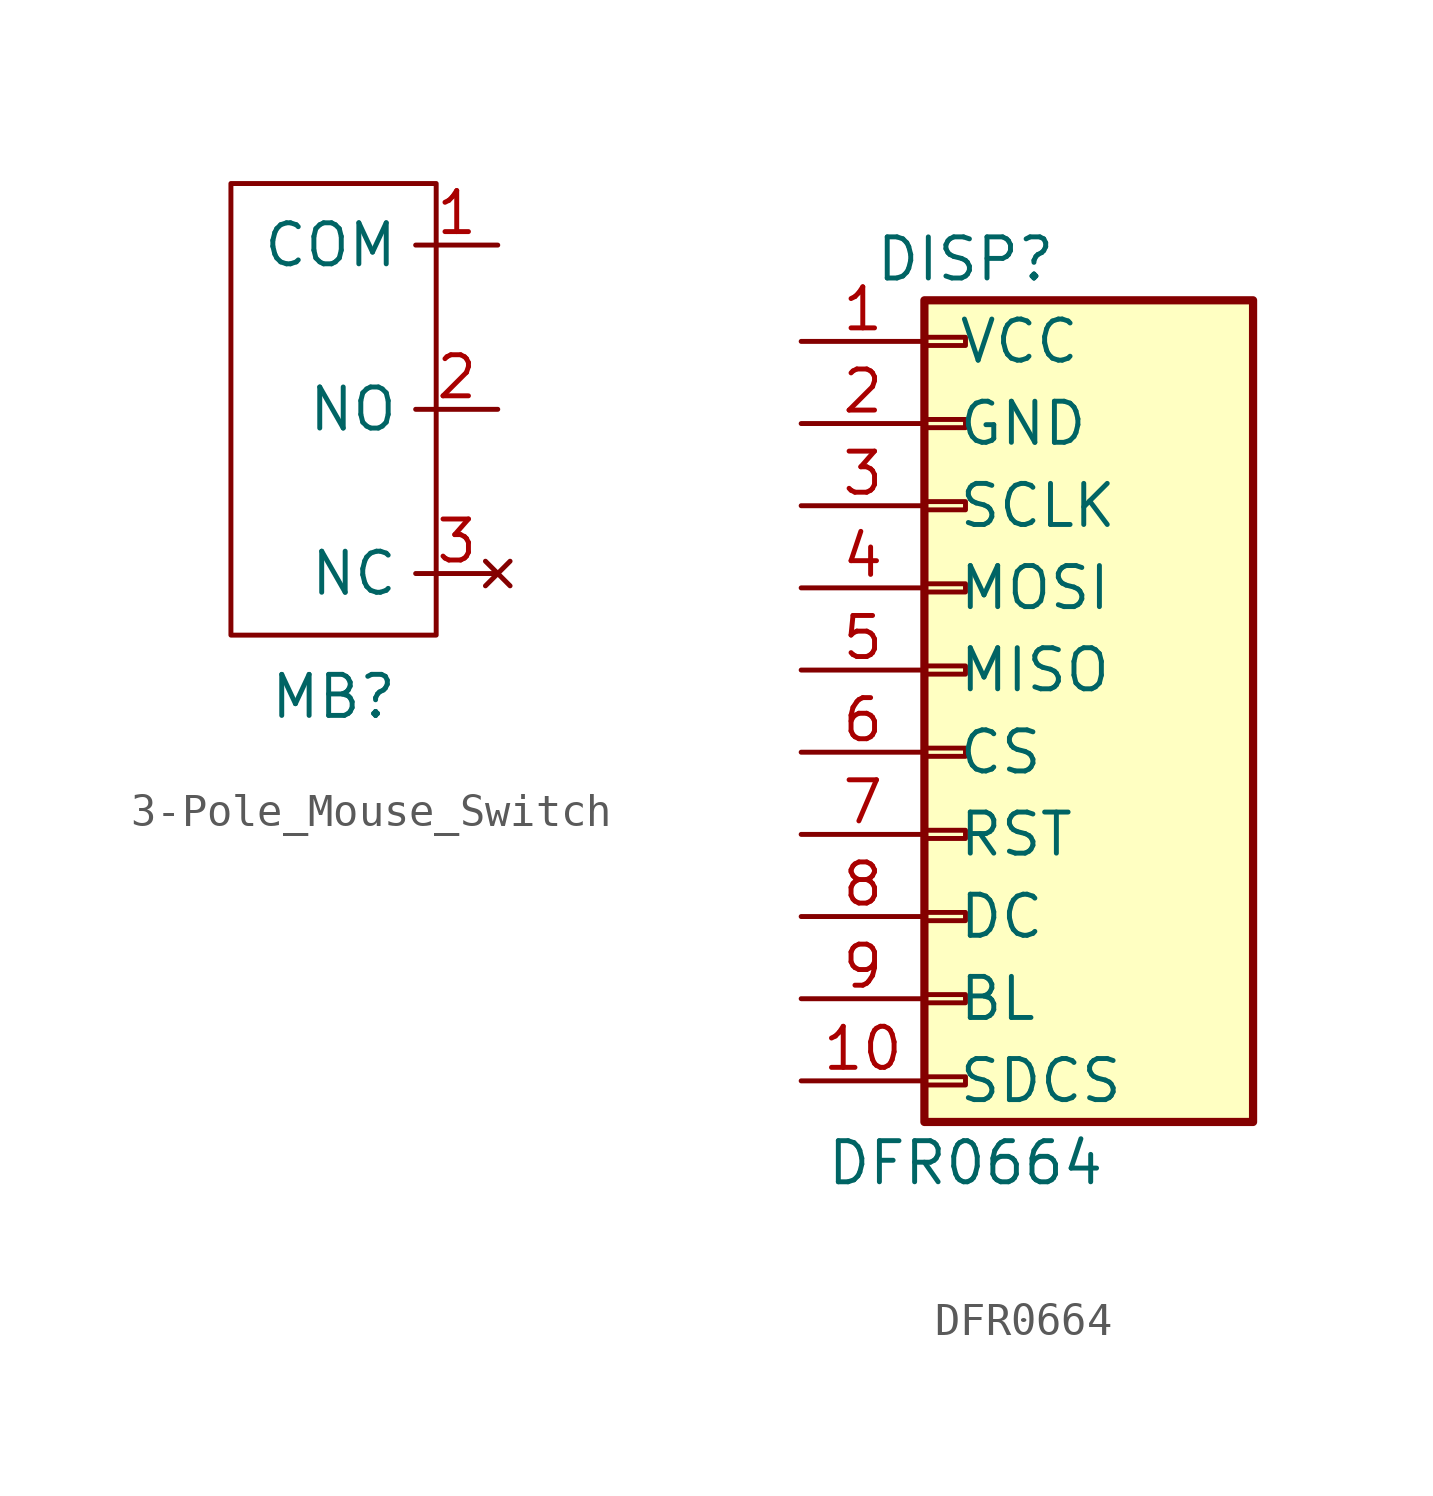
<source format=kicad_sym>
(kicad_symbol_lib
  (version 20241209)
  (generator "kicad_symbol_editor")
  (generator_version "9.0")
  (symbol "3-Pole_Mouse_Switch"
    (property "Reference" "MB"
      (at 0 0 0)
      (effects (font (size 1.27 1.27))))
    (property "Value" ""
      (at 0 0 0)
      (effects (font (size 1.27 1.27))))
    (symbol "3-Pole_Mouse_Switch_0_1"
      (rectangle (start -3.175 15.875) (end 3.175 1.905) (stroke (width 0) (type default)) (fill (type none))))
    (symbol "3-Pole_Mouse_Switch_1_1"
      (pin input line (at 5.08 13.97 180) (length 2.54) (name "COM" (effects (font (size 1.27 1.27)))) (number "1" (effects (font (size 1.27 1.27)))))
      (pin input line (at 5.08 8.89 180) (length 2.54) (name "NO" (effects (font (size 1.27 1.27)))) (number "2" (effects (font (size 1.27 1.27)))))
      (pin no_connect line (at 5.08 3.81 180) (length 2.54) (name "NC" (effects (font (size 1.27 1.27)))) (number "3" (effects (font (size 1.27 1.27)))))))
  (symbol "DFR0664"
    (pin_names
      (offset 1.016))
    (property "Reference" "DISP"
      (at 0 12.7 0)
      (effects (font (size 1.27 1.27))))
    (property "Value" "DFR0664"
      (at 0 -15.24 0)
      (effects (font (size 1.27 1.27))))
    (symbol "DFR0664_1_1"
      (rectangle (start -1.27 11.43) (end 8.89 -13.97) (stroke (width 0.254) (type default)) (fill (type background)))
      (rectangle (start -1.27 10.287) (end 0 10.033) (stroke (width 0.152) (type default)) (fill (type none)))
      (rectangle (start -1.27 7.747) (end 0 7.493) (stroke (width 0.152) (type default)) (fill (type none)))
      (rectangle (start -1.27 5.207) (end 0 4.953) (stroke (width 0.152) (type default)) (fill (type none)))
      (rectangle (start -1.27 2.667) (end 0 2.413) (stroke (width 0.152) (type default)) (fill (type none)))
      (rectangle (start -1.27 0.127) (end 0 -0.127) (stroke (width 0.152) (type default)) (fill (type none)))
      (rectangle (start -1.27 -2.413) (end 0 -2.667) (stroke (width 0.152) (type default)) (fill (type none)))
      (rectangle (start -1.27 -4.953) (end 0 -5.207) (stroke (width 0.152) (type default)) (fill (type none)))
      (rectangle (start -1.27 -7.493) (end 0 -7.747) (stroke (width 0.152) (type default)) (fill (type none)))
      (rectangle (start -1.27 -10.033) (end 0 -10.287) (stroke (width 0.152) (type default)) (fill (type none)))
      (rectangle (start -1.27 -12.573) (end 0 -12.827) (stroke (width 0.152) (type default)) (fill (type none)))
      (pin power_in line (at -5.08 10.16 0) (length 3.81) (name "VCC" (effects (font (size 1.27 1.27)))) (number "1" (effects (font (size 1.27 1.27)))))
      (pin power_out line (at -5.08 7.62 0) (length 3.81) (name "GND" (effects (font (size 1.27 1.27)))) (number "2" (effects (font (size 1.27 1.27)))))
      (pin input line (at -5.08 5.08 0) (length 3.81) (name "SCLK" (effects (font (size 1.27 1.27)))) (number "3" (effects (font (size 1.27 1.27)))))
      (pin output line (at -5.08 2.54 0) (length 3.81) (name "MOSI" (effects (font (size 1.27 1.27)))) (number "4" (effects (font (size 1.27 1.27)))))
      (pin input line (at -5.08 0 0) (length 3.81) (name "MISO" (effects (font (size 1.27 1.27)))) (number "5" (effects (font (size 1.27 1.27)))))
      (pin input line (at -5.08 -2.54 0) (length 3.81) (name "CS" (effects (font (size 1.27 1.27)))) (number "6" (effects (font (size 1.27 1.27)))))
      (pin input line (at -5.08 -5.08 0) (length 3.81) (name "RST" (effects (font (size 1.27 1.27)))) (number "7" (effects (font (size 1.27 1.27)))))
      (pin input line (at -5.08 -7.62 0) (length 3.81) (name "DC" (effects (font (size 1.27 1.27)))) (number "8" (effects (font (size 1.27 1.27)))))
      (pin input line (at -5.08 -10.16 0) (length 3.81) (name "BL" (effects (font (size 1.27 1.27)))) (number "9" (effects (font (size 1.27 1.27)))))
      (pin input line (at -5.08 -12.7 0) (length 3.81) (name "SDCS" (effects (font (size 1.27 1.27)))) (number "10" (effects (font (size 1.27 1.27))))))))
</source>
